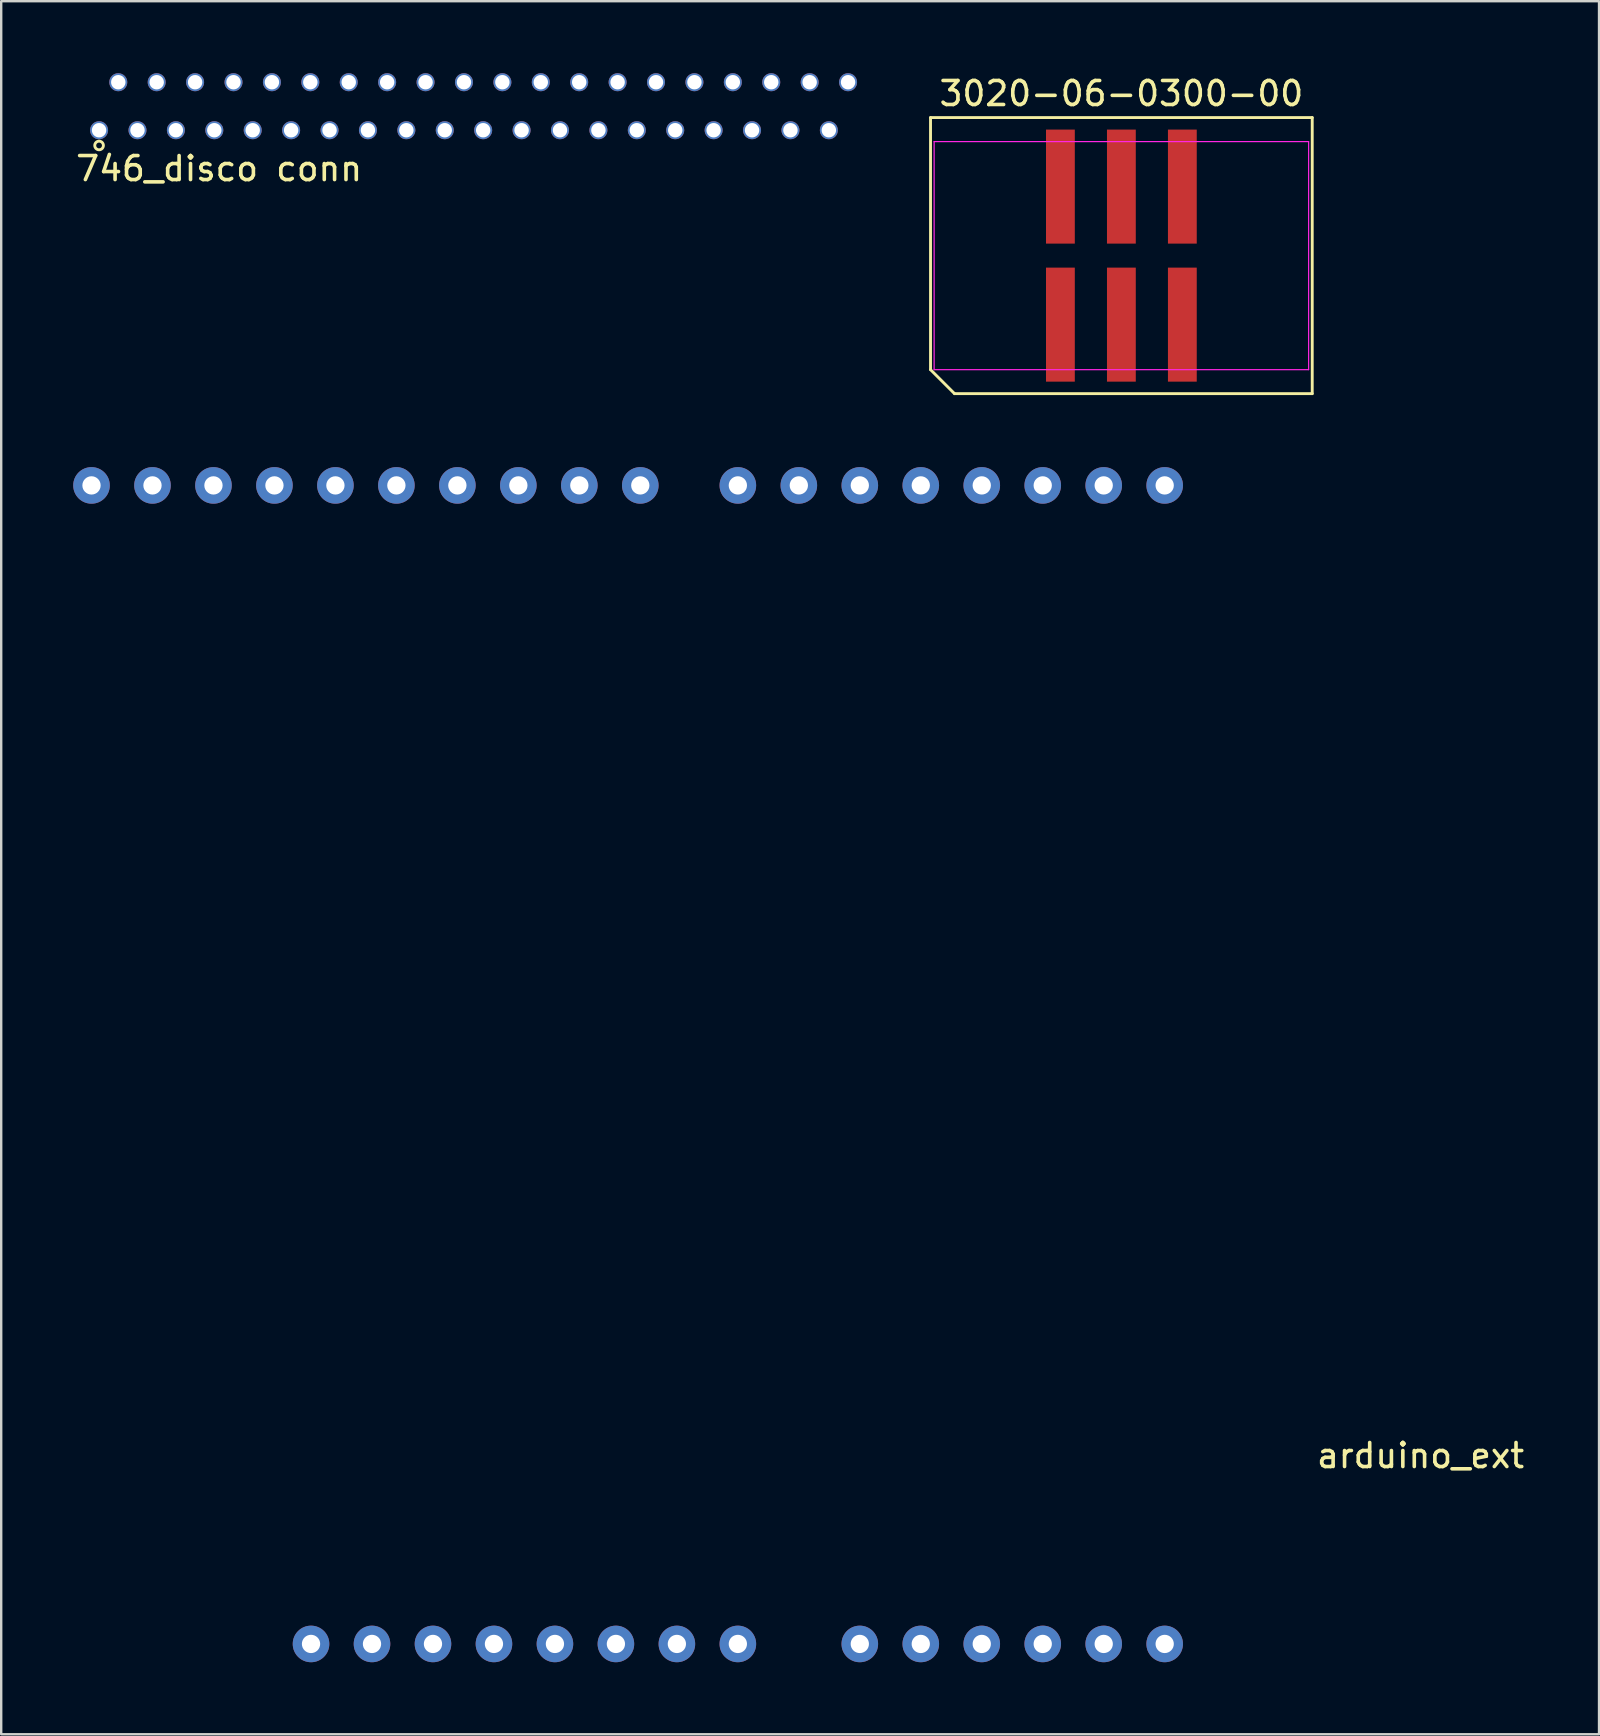
<source format=kicad_pcb>
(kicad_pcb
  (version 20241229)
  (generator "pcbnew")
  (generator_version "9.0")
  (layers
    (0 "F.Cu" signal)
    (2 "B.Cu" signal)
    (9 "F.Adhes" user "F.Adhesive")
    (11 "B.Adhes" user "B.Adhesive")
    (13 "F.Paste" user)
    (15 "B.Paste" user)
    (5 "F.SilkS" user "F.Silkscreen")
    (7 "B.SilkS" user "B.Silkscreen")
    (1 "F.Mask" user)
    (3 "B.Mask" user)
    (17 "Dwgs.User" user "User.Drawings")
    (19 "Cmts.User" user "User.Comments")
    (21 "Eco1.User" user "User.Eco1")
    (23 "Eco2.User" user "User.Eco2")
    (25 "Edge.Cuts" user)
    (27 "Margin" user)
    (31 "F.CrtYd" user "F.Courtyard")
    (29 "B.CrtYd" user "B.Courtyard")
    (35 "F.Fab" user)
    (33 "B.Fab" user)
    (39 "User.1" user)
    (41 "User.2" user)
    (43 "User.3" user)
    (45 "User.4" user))
  (footprint "3020-06-0300-00"
    (layer "F.Cu")
    (at 43.662 7.598)
    (property "Reference" "3020-06-0300-00" (at 0 -6.75 0) (layer "F.SilkS") (effects (font (size 1 1) (thickness 0.15))))
    (attr smd)
    (fp_line (start -7.95 -5.75) (end 7.95 -5.75) (stroke (width 0.12) (type default)) (layer "F.SilkS"))
    (fp_line (start -7.95 4.75) (end -7.95 -5.75) (stroke (width 0.12) (type default)) (layer "F.SilkS"))
    (fp_line (start -6.95 5.75) (end -7.95 4.75) (stroke (width 0.12) (type default)) (layer "F.SilkS"))
    (fp_line (start 7.95 -5.75) (end 7.95 5.75) (stroke (width 0.12) (type default)) (layer "F.SilkS"))
    (fp_line (start 7.95 5.75) (end -6.95 5.75) (stroke (width 0.12) (type default)) (layer "F.SilkS"))
    (fp_line (start -7.8 -4.75) (end 7.8 -4.75) (stroke (width 0.05) (type default)) (layer "F.CrtYd"))
    (fp_line (start -7.8 4.75) (end -7.8 -4.75) (stroke (width 0.05) (type default)) (layer "F.CrtYd"))
    (fp_line (start 7.8 -4.75) (end 7.8 4.75) (stroke (width 0.05) (type default)) (layer "F.CrtYd"))
    (fp_line (start 7.8 4.75) (end -7.8 4.75) (stroke (width 0.05) (type default)) (layer "F.CrtYd"))
    (pad "1" smd rect (at -2.54 2.875) (size 1.2 4.75) (layers "F.Cu" "F.Mask" "F.Paste"))
    (pad "2" smd rect (at -2.54 -2.875) (size 1.2 4.75) (layers "F.Cu" "F.Mask" "F.Paste"))
    (pad "3" smd rect (at 0 2.875) (size 1.2 4.75) (layers "F.Cu" "F.Mask" "F.Paste"))
    (pad "4" smd rect (at 0 -2.875) (size 1.2 4.75) (layers "F.Cu" "F.Mask" "F.Paste"))
    (pad "5" smd rect (at 2.54 2.875) (size 1.2 4.75) (layers "F.Cu" "F.Mask" "F.Paste"))
    (pad "6" smd rect (at 2.54 -2.875) (size 1.2 4.75) (layers "F.Cu" "F.Mask" "F.Paste")))
  (footprint "746_disco conn"
    (layer "F.Cu")
    (at 1.077 2.375)
    (property "Reference" "746_disco conn" (at 5 1.6 0) (layer "F.SilkS") (effects (font (size 1 1) (thickness 0.15))))
    (attr through_hole)
    (fp_circle (center 0 0.635) (end 0.127 0.762) (stroke (width 0.12) (type solid)) (fill no) (layer "F.SilkS"))
    (pad "1" thru_hole circle (at 0 0) (size 0.75 0.75) (drill 0.6) (layers "*.Cu" "*.Mask"))
    (pad "2" thru_hole circle (at 0.8 -2) (size 0.75 0.75) (drill 0.6) (layers "*.Cu" "*.Mask"))
    (pad "3" thru_hole circle (at 1.6 0) (size 0.75 0.75) (drill 0.6) (layers "*.Cu" "*.Mask"))
    (pad "4" thru_hole circle (at 2.4 -2) (size 0.75 0.75) (drill 0.6) (layers "*.Cu" "*.Mask"))
    (pad "5" thru_hole circle (at 3.2 0) (size 0.75 0.75) (drill 0.6) (layers "*.Cu" "*.Mask"))
    (pad "6" thru_hole circle (at 4 -2) (size 0.75 0.75) (drill 0.6) (layers "*.Cu" "*.Mask"))
    (pad "7" thru_hole circle (at 4.8 0) (size 0.75 0.75) (drill 0.6) (layers "*.Cu" "*.Mask"))
    (pad "8" thru_hole circle (at 5.6 -2) (size 0.75 0.75) (drill 0.6) (layers "*.Cu" "*.Mask"))
    (pad "9" thru_hole circle (at 6.4 0) (size 0.75 0.75) (drill 0.6) (layers "*.Cu" "*.Mask"))
    (pad "10" thru_hole circle (at 7.2 -2) (size 0.75 0.75) (drill 0.6) (layers "*.Cu" "*.Mask"))
    (pad "11" thru_hole circle (at 8 0) (size 0.75 0.75) (drill 0.6) (layers "*.Cu" "*.Mask"))
    (pad "12" thru_hole circle (at 8.8 -2) (size 0.75 0.75) (drill 0.6) (layers "*.Cu" "*.Mask"))
    (pad "13" thru_hole circle (at 9.6 0) (size 0.75 0.75) (drill 0.6) (layers "*.Cu" "*.Mask"))
    (pad "14" thru_hole circle (at 10.4 -2) (size 0.75 0.75) (drill 0.6) (layers "*.Cu" "*.Mask"))
    (pad "15" thru_hole circle (at 11.2 0) (size 0.75 0.75) (drill 0.6) (layers "*.Cu" "*.Mask"))
    (pad "16" thru_hole circle (at 12 -2) (size 0.75 0.75) (drill 0.6) (layers "*.Cu" "*.Mask"))
    (pad "17" thru_hole circle (at 12.8 0) (size 0.75 0.75) (drill 0.6) (layers "*.Cu" "*.Mask"))
    (pad "18" thru_hole circle (at 13.6 -2) (size 0.75 0.75) (drill 0.6) (layers "*.Cu" "*.Mask"))
    (pad "19" thru_hole circle (at 14.4 0) (size 0.75 0.75) (drill 0.6) (layers "*.Cu" "*.Mask"))
    (pad "20" thru_hole circle (at 15.2 -2) (size 0.75 0.75) (drill 0.6) (layers "*.Cu" "*.Mask"))
    (pad "21" thru_hole circle (at 16 0) (size 0.75 0.75) (drill 0.6) (layers "*.Cu" "*.Mask"))
    (pad "22" thru_hole circle (at 16.8 -2) (size 0.75 0.75) (drill 0.6) (layers "*.Cu" "*.Mask"))
    (pad "23" thru_hole circle (at 17.6 0) (size 0.75 0.75) (drill 0.6) (layers "*.Cu" "*.Mask"))
    (pad "24" thru_hole circle (at 18.4 -2) (size 0.75 0.75) (drill 0.6) (layers "*.Cu" "*.Mask"))
    (pad "25" thru_hole circle (at 19.2 0) (size 0.75 0.75) (drill 0.6) (layers "*.Cu" "*.Mask"))
    (pad "26" thru_hole circle (at 20 -2) (size 0.75 0.75) (drill 0.6) (layers "*.Cu" "*.Mask"))
    (pad "27" thru_hole circle (at 20.8 0) (size 0.75 0.75) (drill 0.6) (layers "*.Cu" "*.Mask"))
    (pad "28" thru_hole circle (at 21.6 -2) (size 0.75 0.75) (drill 0.6) (layers "*.Cu" "*.Mask"))
    (pad "29" thru_hole circle (at 22.4 0) (size 0.75 0.75) (drill 0.6) (layers "*.Cu" "*.Mask"))
    (pad "30" thru_hole circle (at 23.2 -2) (size 0.75 0.75) (drill 0.6) (layers "*.Cu" "*.Mask"))
    (pad "31" thru_hole circle (at 24 0) (size 0.75 0.75) (drill 0.6) (layers "*.Cu" "*.Mask"))
    (pad "32" thru_hole circle (at 24.8 -2) (size 0.75 0.75) (drill 0.6) (layers "*.Cu" "*.Mask"))
    (pad "33" thru_hole circle (at 25.6 0) (size 0.75 0.75) (drill 0.6) (layers "*.Cu" "*.Mask"))
    (pad "34" thru_hole circle (at 26.4 -2) (size 0.75 0.75) (drill 0.6) (layers "*.Cu" "*.Mask"))
    (pad "35" thru_hole circle (at 27.2 0) (size 0.75 0.75) (drill 0.6) (layers "*.Cu" "*.Mask"))
    (pad "36" thru_hole circle (at 28 -2) (size 0.75 0.75) (drill 0.6) (layers "*.Cu" "*.Mask"))
    (pad "37" thru_hole circle (at 28.8 0) (size 0.75 0.75) (drill 0.6) (layers "*.Cu" "*.Mask"))
    (pad "38" thru_hole circle (at 29.6 -2) (size 0.75 0.75) (drill 0.6) (layers "*.Cu" "*.Mask"))
    (pad "39" thru_hole circle (at 30.4 0) (size 0.75 0.75) (drill 0.6) (layers "*.Cu" "*.Mask"))
    (pad "40" thru_hole circle (at 31.2 -2) (size 0.75 0.75) (drill 0.6) (layers "*.Cu" "*.Mask")))
  (footprint "arduino_ext"
    (layer "F.Cu")
    (at 45.466 65.43)
    (property "Reference" "arduino_ext" (at 10.659 -7.846 0) (layer "F.SilkS") (effects (font (size 1 1) (thickness 0.15))))
    (attr through_hole)
    (pad "1" thru_hole circle (at -35.56 0) (size 1.524 1.524) (drill 0.762) (layers "*.Cu" "*.Mask"))
    (pad "2" thru_hole circle (at -33.02 0) (size 1.524 1.524) (drill 0.762) (layers "*.Cu" "*.Mask"))
    (pad "3" thru_hole circle (at -30.48 0) (size 1.524 1.524) (drill 0.762) (layers "*.Cu" "*.Mask"))
    (pad "4" thru_hole circle (at -27.94 0) (size 1.524 1.524) (drill 0.762) (layers "*.Cu" "*.Mask"))
    (pad "5" thru_hole circle (at -25.4 0) (size 1.524 1.524) (drill 0.762) (layers "*.Cu" "*.Mask"))
    (pad "6" thru_hole circle (at -22.86 0) (size 1.524 1.524) (drill 0.762) (layers "*.Cu" "*.Mask"))
    (pad "7" thru_hole circle (at -20.32 0) (size 1.524 1.524) (drill 0.762) (layers "*.Cu" "*.Mask"))
    (pad "8" thru_hole circle (at -17.78 0) (size 1.524 1.524) (drill 0.762) (layers "*.Cu" "*.Mask"))
    (pad "9" thru_hole circle (at -12.7 0) (size 1.524 1.524) (drill 0.762) (layers "*.Cu" "*.Mask"))
    (pad "10" thru_hole circle (at -10.16 0) (size 1.524 1.524) (drill 0.762) (layers "*.Cu" "*.Mask"))
    (pad "11" thru_hole circle (at -7.62 0) (size 1.524 1.524) (drill 0.762) (layers "*.Cu" "*.Mask"))
    (pad "12" thru_hole circle (at -5.08 0) (size 1.524 1.524) (drill 0.762) (layers "*.Cu" "*.Mask"))
    (pad "13" thru_hole circle (at -2.54 0) (size 1.524 1.524) (drill 0.762) (layers "*.Cu" "*.Mask"))
    (pad "14" thru_hole circle (at 0 0) (size 1.524 1.524) (drill 0.762) (layers "*.Cu" "*.Mask"))
    (pad "15" thru_hole circle (at -44.704 -48.26) (size 1.524 1.524) (drill 0.762) (layers "*.Cu" "*.Mask"))
    (pad "16" thru_hole circle (at -42.164 -48.26) (size 1.524 1.524) (drill 0.762) (layers "*.Cu" "*.Mask"))
    (pad "17" thru_hole circle (at -39.624 -48.26) (size 1.524 1.524) (drill 0.762) (layers "*.Cu" "*.Mask"))
    (pad "18" thru_hole circle (at -37.084 -48.26) (size 1.524 1.524) (drill 0.762) (layers "*.Cu" "*.Mask"))
    (pad "19" thru_hole circle (at -34.544 -48.26) (size 1.524 1.524) (drill 0.762) (layers "*.Cu" "*.Mask"))
    (pad "20" thru_hole circle (at -32.004 -48.26) (size 1.524 1.524) (drill 0.762) (layers "*.Cu" "*.Mask"))
    (pad "21" thru_hole circle (at -29.464 -48.26) (size 1.524 1.524) (drill 0.762) (layers "*.Cu" "*.Mask"))
    (pad "22" thru_hole circle (at -26.924 -48.26) (size 1.524 1.524) (drill 0.762) (layers "*.Cu" "*.Mask"))
    (pad "23" thru_hole circle (at -24.384 -48.26) (size 1.524 1.524) (drill 0.762) (layers "*.Cu" "*.Mask"))
    (pad "24" thru_hole circle (at -21.844 -48.26) (size 1.524 1.524) (drill 0.762) (layers "*.Cu" "*.Mask"))
    (pad "25" thru_hole circle (at -17.78 -48.26) (size 1.524 1.524) (drill 0.762) (layers "*.Cu" "*.Mask"))
    (pad "26" thru_hole circle (at -15.24 -48.26) (size 1.524 1.524) (drill 0.762) (layers "*.Cu" "*.Mask"))
    (pad "27" thru_hole circle (at -12.7 -48.26) (size 1.524 1.524) (drill 0.762) (layers "*.Cu" "*.Mask"))
    (pad "28" thru_hole circle (at -10.16 -48.26) (size 1.524 1.524) (drill 0.762) (layers "*.Cu" "*.Mask"))
    (pad "29" thru_hole circle (at -7.62 -48.26) (size 1.524 1.524) (drill 0.762) (layers "*.Cu" "*.Mask"))
    (pad "30" thru_hole circle (at -5.08 -48.26) (size 1.524 1.524) (drill 0.762) (layers "*.Cu" "*.Mask"))
    (pad "31" thru_hole circle (at -2.54 -48.26) (size 1.524 1.524) (drill 0.762) (layers "*.Cu" "*.Mask"))
    (pad "32" thru_hole circle (at 0 -48.26) (size 1.524 1.524) (drill 0.762) (layers "*.Cu" "*.Mask")))
  (gr_rect
    (start -3 -3)
    (end 63.559 69.192)
    (stroke (width 0.1) (type default))
    (fill no)
    (layer "Edge.Cuts")))
</source>
